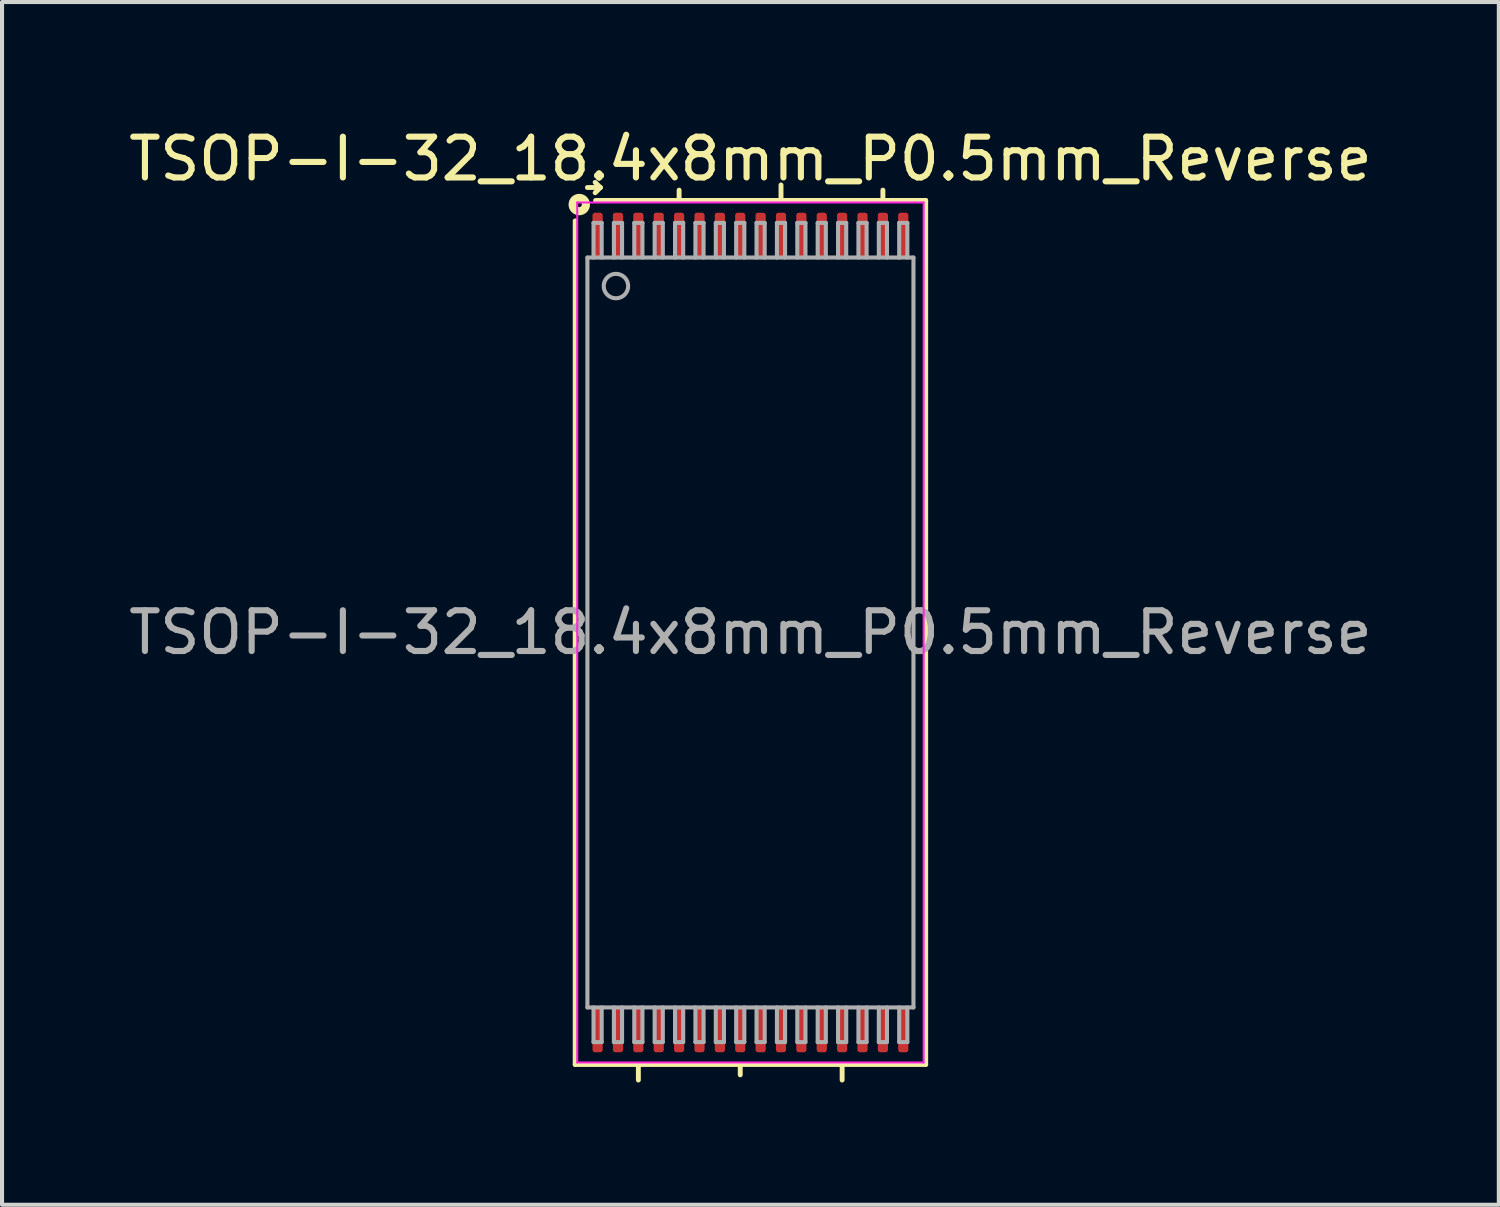
<source format=kicad_pcb>
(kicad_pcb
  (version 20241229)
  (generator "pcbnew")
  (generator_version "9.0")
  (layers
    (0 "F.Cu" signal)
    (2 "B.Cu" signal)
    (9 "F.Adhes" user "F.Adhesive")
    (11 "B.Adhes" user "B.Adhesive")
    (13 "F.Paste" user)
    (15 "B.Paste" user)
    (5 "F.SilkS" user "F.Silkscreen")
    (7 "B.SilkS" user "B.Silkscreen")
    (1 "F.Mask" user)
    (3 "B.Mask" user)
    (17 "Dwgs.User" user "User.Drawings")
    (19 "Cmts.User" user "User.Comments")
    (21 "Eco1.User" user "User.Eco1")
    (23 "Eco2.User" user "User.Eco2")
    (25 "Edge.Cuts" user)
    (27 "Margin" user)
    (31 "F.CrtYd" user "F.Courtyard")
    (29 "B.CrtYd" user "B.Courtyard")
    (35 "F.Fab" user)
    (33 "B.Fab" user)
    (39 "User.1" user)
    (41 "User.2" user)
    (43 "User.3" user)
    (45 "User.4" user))
  (footprint "TSOP-I-32_18.4x8mm_P0.5mm_Reverse"
    (layer "F.Cu")
    (at 15.363 12.469)
    (property "Reference" "TSOP-I-32_18.4x8mm_P0.5mm_Reverse" (at 0 -11.62 0) (layer "F.SilkS") (effects (font (size 1 1) (thickness 0.15))))
    (attr smd)
    (fp_line (start -4.3 -10.1) (end -4.3 10.6) (stroke (width 0.12) (type solid)) (layer "F.SilkS"))
    (fp_line (start -4.3 10.6) (end 4.3 10.6) (stroke (width 0.12) (type solid)) (layer "F.SilkS"))
    (fp_line (start -4 -10.918) (end -3.683 -10.918) (stroke (width 0.12) (type solid)) (layer "F.SilkS"))
    (fp_line (start -3.683 -10.918) (end -3.81 -11.044) (stroke (width 0.12) (type solid)) (layer "F.SilkS"))
    (fp_line (start -3.683 -10.918) (end -3.81 -10.79) (stroke (width 0.12) (type solid)) (layer "F.SilkS"))
    (fp_line (start -2.75 10.981) (end -2.75 10.6) (stroke (width 0.12) (type solid)) (layer "F.SilkS"))
    (fp_line (start -1.75 -10.854) (end -1.75 -10.6) (stroke (width 0.12) (type solid)) (layer "F.SilkS"))
    (fp_line (start -0.25 10.854) (end -0.25 10.6) (stroke (width 0.12) (type solid)) (layer "F.SilkS"))
    (fp_line (start 0.75 -10.981) (end 0.75 -10.6) (stroke (width 0.12) (type solid)) (layer "F.SilkS"))
    (fp_line (start 2.25 10.981) (end 2.25 10.6) (stroke (width 0.12) (type solid)) (layer "F.SilkS"))
    (fp_line (start 3.25 -10.854) (end 3.25 -10.6) (stroke (width 0.12) (type solid)) (layer "F.SilkS"))
    (fp_line (start 4.3 -10.6) (end -3.8 -10.6) (stroke (width 0.12) (type solid)) (layer "F.SilkS"))
    (fp_line (start 4.3 10.6) (end 4.3 -10.6) (stroke (width 0.12) (type solid)) (layer "F.SilkS"))
    (fp_circle (center -4.2 -10.5) (end -4.2 -10.563) (stroke (width 0.2) (type solid)) (fill no) (layer "F.SilkS"))
    (fp_line (start -4.25 -10.55) (end 4.25 -10.55) (stroke (width 0.05) (type solid)) (layer "F.CrtYd"))
    (fp_line (start -4.25 10.55) (end -4.25 -10.55) (stroke (width 0.05) (type solid)) (layer "F.CrtYd"))
    (fp_line (start 4.25 -10.55) (end 4.25 10.55) (stroke (width 0.05) (type solid)) (layer "F.CrtYd"))
    (fp_line (start 4.25 10.55) (end -4.25 10.55) (stroke (width 0.05) (type solid)) (layer "F.CrtYd"))
    (fp_line (start -4 -9.2) (end -4 9.2) (stroke (width 0.1) (type solid)) (layer "F.Fab"))
    (fp_line (start -4 -9.2) (end 4 -9.2) (stroke (width 0.1) (type solid)) (layer "F.Fab"))
    (fp_line (start -3.85 -10.05) (end -3.85 -9.2) (stroke (width 0.1) (type solid)) (layer "F.Fab"))
    (fp_line (start -3.85 10.05) (end -3.85 9.2) (stroke (width 0.1) (type solid)) (layer "F.Fab"))
    (fp_line (start -3.85 10.05) (end -3.65 10.05) (stroke (width 0.1) (type solid)) (layer "F.Fab"))
    (fp_line (start -3.65 -10.05) (end -3.85 -10.05) (stroke (width 0.1) (type solid)) (layer "F.Fab"))
    (fp_line (start -3.65 -10.05) (end -3.65 -9.2) (stroke (width 0.1) (type solid)) (layer "F.Fab"))
    (fp_line (start -3.65 10.05) (end -3.65 9.2) (stroke (width 0.1) (type solid)) (layer "F.Fab"))
    (fp_line (start -3.35 -10.05) (end -3.35 -9.2) (stroke (width 0.1) (type solid)) (layer "F.Fab"))
    (fp_line (start -3.35 10.05) (end -3.35 9.2) (stroke (width 0.1) (type solid)) (layer "F.Fab"))
    (fp_line (start -3.35 10.05) (end -3.15 10.05) (stroke (width 0.1) (type solid)) (layer "F.Fab"))
    (fp_line (start -3.15 -10.05) (end -3.35 -10.05) (stroke (width 0.1) (type solid)) (layer "F.Fab"))
    (fp_line (start -3.15 -10.05) (end -3.15 -9.2) (stroke (width 0.1) (type solid)) (layer "F.Fab"))
    (fp_line (start -3.15 10.05) (end -3.15 9.2) (stroke (width 0.1) (type solid)) (layer "F.Fab"))
    (fp_line (start -2.85 -10.05) (end -2.85 -9.2) (stroke (width 0.1) (type solid)) (layer "F.Fab"))
    (fp_line (start -2.85 10.05) (end -2.85 9.2) (stroke (width 0.1) (type solid)) (layer "F.Fab"))
    (fp_line (start -2.85 10.05) (end -2.65 10.05) (stroke (width 0.1) (type solid)) (layer "F.Fab"))
    (fp_line (start -2.65 -10.05) (end -2.85 -10.05) (stroke (width 0.1) (type solid)) (layer "F.Fab"))
    (fp_line (start -2.65 -10.05) (end -2.65 -9.2) (stroke (width 0.1) (type solid)) (layer "F.Fab"))
    (fp_line (start -2.65 10.05) (end -2.65 9.2) (stroke (width 0.1) (type solid)) (layer "F.Fab"))
    (fp_line (start -2.35 -10.05) (end -2.35 -9.2) (stroke (width 0.1) (type solid)) (layer "F.Fab"))
    (fp_line (start -2.35 10.05) (end -2.35 9.2) (stroke (width 0.1) (type solid)) (layer "F.Fab"))
    (fp_line (start -2.35 10.05) (end -2.15 10.05) (stroke (width 0.1) (type solid)) (layer "F.Fab"))
    (fp_line (start -2.15 -10.05) (end -2.35 -10.05) (stroke (width 0.1) (type solid)) (layer "F.Fab"))
    (fp_line (start -2.15 -10.05) (end -2.15 -9.2) (stroke (width 0.1) (type solid)) (layer "F.Fab"))
    (fp_line (start -2.15 10.05) (end -2.15 9.2) (stroke (width 0.1) (type solid)) (layer "F.Fab"))
    (fp_line (start -1.85 -10.05) (end -1.85 -9.2) (stroke (width 0.1) (type solid)) (layer "F.Fab"))
    (fp_line (start -1.85 10.05) (end -1.85 9.2) (stroke (width 0.1) (type solid)) (layer "F.Fab"))
    (fp_line (start -1.85 10.05) (end -1.65 10.05) (stroke (width 0.1) (type solid)) (layer "F.Fab"))
    (fp_line (start -1.65 -10.05) (end -1.85 -10.05) (stroke (width 0.1) (type solid)) (layer "F.Fab"))
    (fp_line (start -1.65 -10.05) (end -1.65 -9.2) (stroke (width 0.1) (type solid)) (layer "F.Fab"))
    (fp_line (start -1.65 10.05) (end -1.65 9.2) (stroke (width 0.1) (type solid)) (layer "F.Fab"))
    (fp_line (start -1.35 -10.05) (end -1.35 -9.2) (stroke (width 0.1) (type solid)) (layer "F.Fab"))
    (fp_line (start -1.35 10.05) (end -1.35 9.2) (stroke (width 0.1) (type solid)) (layer "F.Fab"))
    (fp_line (start -1.35 10.05) (end -1.15 10.05) (stroke (width 0.1) (type solid)) (layer "F.Fab"))
    (fp_line (start -1.15 -10.05) (end -1.35 -10.05) (stroke (width 0.1) (type solid)) (layer "F.Fab"))
    (fp_line (start -1.15 -10.05) (end -1.15 -9.2) (stroke (width 0.1) (type solid)) (layer "F.Fab"))
    (fp_line (start -1.15 10.05) (end -1.15 9.2) (stroke (width 0.1) (type solid)) (layer "F.Fab"))
    (fp_line (start -0.85 -10.05) (end -0.85 -9.2) (stroke (width 0.1) (type solid)) (layer "F.Fab"))
    (fp_line (start -0.85 10.05) (end -0.85 9.2) (stroke (width 0.1) (type solid)) (layer "F.Fab"))
    (fp_line (start -0.85 10.05) (end -0.65 10.05) (stroke (width 0.1) (type solid)) (layer "F.Fab"))
    (fp_line (start -0.65 -10.05) (end -0.85 -10.05) (stroke (width 0.1) (type solid)) (layer "F.Fab"))
    (fp_line (start -0.65 -10.05) (end -0.65 -9.2) (stroke (width 0.1) (type solid)) (layer "F.Fab"))
    (fp_line (start -0.65 10.05) (end -0.65 9.2) (stroke (width 0.1) (type solid)) (layer "F.Fab"))
    (fp_line (start -0.35 -10.05) (end -0.35 -9.2) (stroke (width 0.1) (type solid)) (layer "F.Fab"))
    (fp_line (start -0.35 10.05) (end -0.35 9.2) (stroke (width 0.1) (type solid)) (layer "F.Fab"))
    (fp_line (start -0.35 10.05) (end -0.15 10.05) (stroke (width 0.1) (type solid)) (layer "F.Fab"))
    (fp_line (start -0.15 -10.05) (end -0.35 -10.05) (stroke (width 0.1) (type solid)) (layer "F.Fab"))
    (fp_line (start -0.15 -10.05) (end -0.15 -9.2) (stroke (width 0.1) (type solid)) (layer "F.Fab"))
    (fp_line (start -0.15 10.05) (end -0.15 9.2) (stroke (width 0.1) (type solid)) (layer "F.Fab"))
    (fp_line (start 0.15 -10.05) (end 0.15 -9.2) (stroke (width 0.1) (type solid)) (layer "F.Fab"))
    (fp_line (start 0.15 10.05) (end 0.15 9.2) (stroke (width 0.1) (type solid)) (layer "F.Fab"))
    (fp_line (start 0.15 10.05) (end 0.35 10.05) (stroke (width 0.1) (type solid)) (layer "F.Fab"))
    (fp_line (start 0.35 -10.05) (end 0.15 -10.05) (stroke (width 0.1) (type solid)) (layer "F.Fab"))
    (fp_line (start 0.35 -10.05) (end 0.35 -9.2) (stroke (width 0.1) (type solid)) (layer "F.Fab"))
    (fp_line (start 0.35 10.05) (end 0.35 9.2) (stroke (width 0.1) (type solid)) (layer "F.Fab"))
    (fp_line (start 0.65 -10.05) (end 0.65 -9.2) (stroke (width 0.1) (type solid)) (layer "F.Fab"))
    (fp_line (start 0.65 10.05) (end 0.65 9.2) (stroke (width 0.1) (type solid)) (layer "F.Fab"))
    (fp_line (start 0.65 10.05) (end 0.85 10.05) (stroke (width 0.1) (type solid)) (layer "F.Fab"))
    (fp_line (start 0.85 -10.05) (end 0.65 -10.05) (stroke (width 0.1) (type solid)) (layer "F.Fab"))
    (fp_line (start 0.85 -10.05) (end 0.85 -9.2) (stroke (width 0.1) (type solid)) (layer "F.Fab"))
    (fp_line (start 0.85 10.05) (end 0.85 9.2) (stroke (width 0.1) (type solid)) (layer "F.Fab"))
    (fp_line (start 1.15 -10.05) (end 1.15 -9.2) (stroke (width 0.1) (type solid)) (layer "F.Fab"))
    (fp_line (start 1.15 10.05) (end 1.15 9.2) (stroke (width 0.1) (type solid)) (layer "F.Fab"))
    (fp_line (start 1.15 10.05) (end 1.35 10.05) (stroke (width 0.1) (type solid)) (layer "F.Fab"))
    (fp_line (start 1.35 -10.05) (end 1.15 -10.05) (stroke (width 0.1) (type solid)) (layer "F.Fab"))
    (fp_line (start 1.35 -10.05) (end 1.35 -9.2) (stroke (width 0.1) (type solid)) (layer "F.Fab"))
    (fp_line (start 1.35 10.05) (end 1.35 9.2) (stroke (width 0.1) (type solid)) (layer "F.Fab"))
    (fp_line (start 1.65 -10.05) (end 1.65 -9.2) (stroke (width 0.1) (type solid)) (layer "F.Fab"))
    (fp_line (start 1.65 10.05) (end 1.65 9.2) (stroke (width 0.1) (type solid)) (layer "F.Fab"))
    (fp_line (start 1.65 10.05) (end 1.85 10.05) (stroke (width 0.1) (type solid)) (layer "F.Fab"))
    (fp_line (start 1.85 -10.05) (end 1.65 -10.05) (stroke (width 0.1) (type solid)) (layer "F.Fab"))
    (fp_line (start 1.85 -10.05) (end 1.85 -9.2) (stroke (width 0.1) (type solid)) (layer "F.Fab"))
    (fp_line (start 1.85 10.05) (end 1.85 9.2) (stroke (width 0.1) (type solid)) (layer "F.Fab"))
    (fp_line (start 2.15 -10.05) (end 2.15 -9.2) (stroke (width 0.1) (type solid)) (layer "F.Fab"))
    (fp_line (start 2.15 10.05) (end 2.15 9.2) (stroke (width 0.1) (type solid)) (layer "F.Fab"))
    (fp_line (start 2.15 10.05) (end 2.35 10.05) (stroke (width 0.1) (type solid)) (layer "F.Fab"))
    (fp_line (start 2.35 -10.05) (end 2.15 -10.05) (stroke (width 0.1) (type solid)) (layer "F.Fab"))
    (fp_line (start 2.35 -10.05) (end 2.35 -9.2) (stroke (width 0.1) (type solid)) (layer "F.Fab"))
    (fp_line (start 2.35 10.05) (end 2.35 9.2) (stroke (width 0.1) (type solid)) (layer "F.Fab"))
    (fp_line (start 2.65 -10.05) (end 2.65 -9.2) (stroke (width 0.1) (type solid)) (layer "F.Fab"))
    (fp_line (start 2.65 10.05) (end 2.65 9.2) (stroke (width 0.1) (type solid)) (layer "F.Fab"))
    (fp_line (start 2.65 10.05) (end 2.85 10.05) (stroke (width 0.1) (type solid)) (layer "F.Fab"))
    (fp_line (start 2.85 -10.05) (end 2.65 -10.05) (stroke (width 0.1) (type solid)) (layer "F.Fab"))
    (fp_line (start 2.85 -10.05) (end 2.85 -9.2) (stroke (width 0.1) (type solid)) (layer "F.Fab"))
    (fp_line (start 2.85 10.05) (end 2.85 9.2) (stroke (width 0.1) (type solid)) (layer "F.Fab"))
    (fp_line (start 3.15 -10.05) (end 3.15 -9.2) (stroke (width 0.1) (type solid)) (layer "F.Fab"))
    (fp_line (start 3.15 10.05) (end 3.15 9.2) (stroke (width 0.1) (type solid)) (layer "F.Fab"))
    (fp_line (start 3.15 10.05) (end 3.35 10.05) (stroke (width 0.1) (type solid)) (layer "F.Fab"))
    (fp_line (start 3.35 -10.05) (end 3.15 -10.05) (stroke (width 0.1) (type solid)) (layer "F.Fab"))
    (fp_line (start 3.35 -10.05) (end 3.35 -9.2) (stroke (width 0.1) (type solid)) (layer "F.Fab"))
    (fp_line (start 3.35 10.05) (end 3.35 9.2) (stroke (width 0.1) (type solid)) (layer "F.Fab"))
    (fp_line (start 3.65 -10.05) (end 3.65 -9.2) (stroke (width 0.1) (type solid)) (layer "F.Fab"))
    (fp_line (start 3.65 10.05) (end 3.65 9.2) (stroke (width 0.1) (type solid)) (layer "F.Fab"))
    (fp_line (start 3.65 10.05) (end 3.85 10.05) (stroke (width 0.1) (type solid)) (layer "F.Fab"))
    (fp_line (start 3.85 -10.05) (end 3.65 -10.05) (stroke (width 0.1) (type solid)) (layer "F.Fab"))
    (fp_line (start 3.85 -10.05) (end 3.85 -9.2) (stroke (width 0.1) (type solid)) (layer "F.Fab"))
    (fp_line (start 3.85 10.05) (end 3.85 9.2) (stroke (width 0.1) (type solid)) (layer "F.Fab"))
    (fp_line (start 4 -9.2) (end 4 9.2) (stroke (width 0.1) (type solid)) (layer "F.Fab"))
    (fp_line (start 4 9.2) (end -4 9.2) (stroke (width 0.1) (type solid)) (layer "F.Fab"))
    (fp_circle (center -3.3 -8.5) (end -3 -8.5) (stroke (width 0.1) (type solid)) (fill no) (layer "F.Fab"))
    (fp_text user "${REFERENCE}" (at 0 0 0) (layer "F.Fab") (effects (font (size 1 1) (thickness 0.15))))
    (pad "1" smd roundrect (at -3.75 -9.75) (size 0.25 1.1) (layers "F.Cu" "F.Mask" "F.Paste") (roundrect_rratio 0.25))
    (pad "2" smd roundrect (at -3.25 -9.75) (size 0.25 1.1) (layers "F.Cu" "F.Mask" "F.Paste") (roundrect_rratio 0.25))
    (pad "3" smd roundrect (at -2.75 -9.75) (size 0.25 1.1) (layers "F.Cu" "F.Mask" "F.Paste") (roundrect_rratio 0.25))
    (pad "4" smd roundrect (at -2.25 -9.75) (size 0.25 1.1) (layers "F.Cu" "F.Mask" "F.Paste") (roundrect_rratio 0.25))
    (pad "5" smd roundrect (at -1.75 -9.75) (size 0.25 1.1) (layers "F.Cu" "F.Mask" "F.Paste") (roundrect_rratio 0.25))
    (pad "6" smd roundrect (at -1.25 -9.75) (size 0.25 1.1) (layers "F.Cu" "F.Mask" "F.Paste") (roundrect_rratio 0.25))
    (pad "7" smd roundrect (at -0.75 -9.75) (size 0.25 1.1) (layers "F.Cu" "F.Mask" "F.Paste") (roundrect_rratio 0.25))
    (pad "8" smd roundrect (at -0.25 -9.75) (size 0.25 1.1) (layers "F.Cu" "F.Mask" "F.Paste") (roundrect_rratio 0.25))
    (pad "9" smd roundrect (at 0.25 -9.75) (size 0.25 1.1) (layers "F.Cu" "F.Mask" "F.Paste") (roundrect_rratio 0.25))
    (pad "10" smd roundrect (at 0.75 -9.75) (size 0.25 1.1) (layers "F.Cu" "F.Mask" "F.Paste") (roundrect_rratio 0.25))
    (pad "11" smd roundrect (at 1.25 -9.75) (size 0.25 1.1) (layers "F.Cu" "F.Mask" "F.Paste") (roundrect_rratio 0.25))
    (pad "12" smd roundrect (at 1.75 -9.75) (size 0.25 1.1) (layers "F.Cu" "F.Mask" "F.Paste") (roundrect_rratio 0.25))
    (pad "13" smd roundrect (at 2.25 -9.75) (size 0.25 1.1) (layers "F.Cu" "F.Mask" "F.Paste") (roundrect_rratio 0.25))
    (pad "14" smd roundrect (at 2.75 -9.75) (size 0.25 1.1) (layers "F.Cu" "F.Mask" "F.Paste") (roundrect_rratio 0.25))
    (pad "15" smd roundrect (at 3.25 -9.75) (size 0.25 1.1) (layers "F.Cu" "F.Mask" "F.Paste") (roundrect_rratio 0.25))
    (pad "16" smd roundrect (at 3.75 -9.75) (size 0.25 1.1) (layers "F.Cu" "F.Mask" "F.Paste") (roundrect_rratio 0.25))
    (pad "17" smd roundrect (at 3.75 9.75) (size 0.25 1.1) (layers "F.Cu" "F.Mask" "F.Paste") (roundrect_rratio 0.25))
    (pad "18" smd roundrect (at 3.25 9.75) (size 0.25 1.1) (layers "F.Cu" "F.Mask" "F.Paste") (roundrect_rratio 0.25))
    (pad "19" smd roundrect (at 2.75 9.75) (size 0.25 1.1) (layers "F.Cu" "F.Mask" "F.Paste") (roundrect_rratio 0.25))
    (pad "20" smd roundrect (at 2.25 9.75) (size 0.25 1.1) (layers "F.Cu" "F.Mask" "F.Paste") (roundrect_rratio 0.25))
    (pad "21" smd roundrect (at 1.75 9.75) (size 0.25 1.1) (layers "F.Cu" "F.Mask" "F.Paste") (roundrect_rratio 0.25))
    (pad "22" smd roundrect (at 1.25 9.75) (size 0.25 1.1) (layers "F.Cu" "F.Mask" "F.Paste") (roundrect_rratio 0.25))
    (pad "23" smd roundrect (at 0.75 9.75) (size 0.25 1.1) (layers "F.Cu" "F.Mask" "F.Paste") (roundrect_rratio 0.25))
    (pad "24" smd roundrect (at 0.25 9.75) (size 0.25 1.1) (layers "F.Cu" "F.Mask" "F.Paste") (roundrect_rratio 0.25))
    (pad "25" smd roundrect (at -0.25 9.75) (size 0.25 1.1) (layers "F.Cu" "F.Mask" "F.Paste") (roundrect_rratio 0.25))
    (pad "26" smd roundrect (at -0.75 9.75) (size 0.25 1.1) (layers "F.Cu" "F.Mask" "F.Paste") (roundrect_rratio 0.25))
    (pad "27" smd roundrect (at -1.25 9.75) (size 0.25 1.1) (layers "F.Cu" "F.Mask" "F.Paste") (roundrect_rratio 0.25))
    (pad "28" smd roundrect (at -1.75 9.75) (size 0.25 1.1) (layers "F.Cu" "F.Mask" "F.Paste") (roundrect_rratio 0.25))
    (pad "29" smd roundrect (at -2.25 9.75) (size 0.25 1.1) (layers "F.Cu" "F.Mask" "F.Paste") (roundrect_rratio 0.25))
    (pad "30" smd roundrect (at -2.75 9.75) (size 0.25 1.1) (layers "F.Cu" "F.Mask" "F.Paste") (roundrect_rratio 0.25))
    (pad "31" smd roundrect (at -3.25 9.75) (size 0.25 1.1) (layers "F.Cu" "F.Mask" "F.Paste") (roundrect_rratio 0.25))
    (pad "32" smd roundrect (at -3.75 9.75) (size 0.25 1.1) (layers "F.Cu" "F.Mask" "F.Paste") (roundrect_rratio 0.25)))
  (gr_rect
    (start -3 -3)
    (end 33.726 26.51)
    (stroke (width 0.1) (type default))
    (fill no)
    (layer "Edge.Cuts")))
</source>
